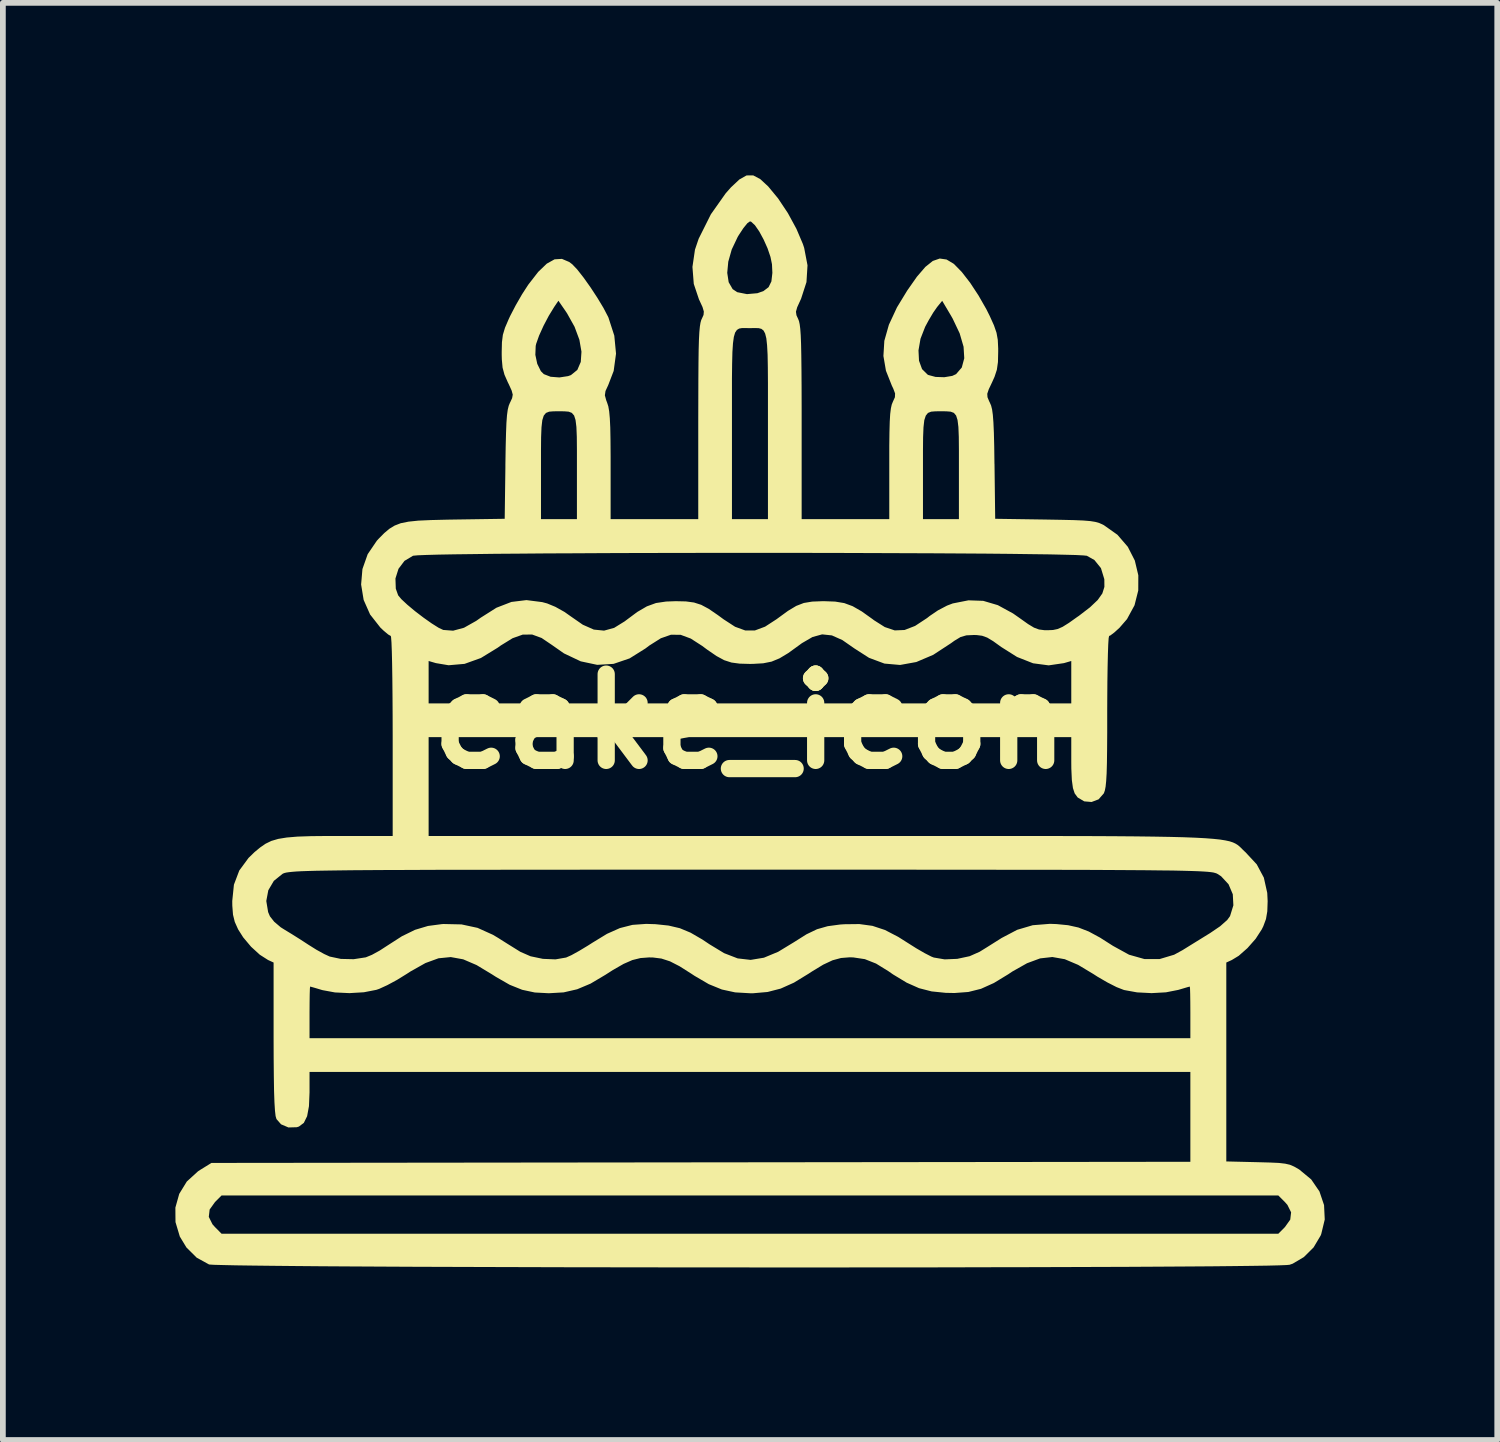
<source format=kicad_pcb>
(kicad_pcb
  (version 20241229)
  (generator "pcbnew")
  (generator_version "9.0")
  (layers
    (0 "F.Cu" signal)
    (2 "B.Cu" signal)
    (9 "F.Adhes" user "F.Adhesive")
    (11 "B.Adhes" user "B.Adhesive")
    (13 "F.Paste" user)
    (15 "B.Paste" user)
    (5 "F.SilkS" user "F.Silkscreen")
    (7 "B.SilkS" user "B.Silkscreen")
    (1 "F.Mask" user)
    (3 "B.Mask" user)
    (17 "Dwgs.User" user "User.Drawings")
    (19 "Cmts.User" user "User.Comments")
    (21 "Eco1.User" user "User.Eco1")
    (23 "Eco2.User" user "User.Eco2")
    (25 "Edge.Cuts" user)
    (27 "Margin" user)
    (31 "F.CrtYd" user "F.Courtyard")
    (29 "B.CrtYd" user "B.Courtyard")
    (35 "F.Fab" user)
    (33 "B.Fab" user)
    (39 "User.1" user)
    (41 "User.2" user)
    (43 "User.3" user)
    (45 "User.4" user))
  (footprint "cake_icon"
    (layer "F.Cu")
    (at 9.992 9.495)
    (property "Reference" "cake_icon" (at 0 0 0) (layer "F.SilkS") (effects (font (size 1.5 1.5) (thickness 0.3))))
    (attr board_only exclude_from_pos_files exclude_from_bom)
    (fp_poly (pts (xy 0.181 -9.429) (xy 0.317 -9.303) (xy 0.489 -9.095) (xy 0.659 -8.84) (xy 0.808 -8.566) (xy 0.92 -8.303) (xy 0.943 -8.234) (xy 1.001 -7.931) (xy 0.983 -7.639) (xy 0.889 -7.349) (xy 0.875 -7.319) (xy 0.821 -7.2) (xy 0.8 -7.124) (xy 0.809 -7.062) (xy 0.838 -6.999) (xy 0.853 -6.961) (xy 0.865 -6.905) (xy 0.875 -6.826) (xy 0.883 -6.715) (xy 0.889 -6.565) (xy 0.893 -6.369) (xy 0.896 -6.12) (xy 0.898 -5.812) (xy 0.899 -5.436) (xy 0.899 -5.199) (xy 0.899 -3.517) (xy 1.661 -3.517) (xy 2.423 -3.517) (xy 2.423 -4.414) (xy 3.009 -4.414) (xy 3.009 -3.517) (xy 3.322 -3.517) (xy 3.634 -3.517) (xy 3.634 -4.414) (xy 3.634 -4.716) (xy 3.632 -4.948) (xy 3.625 -5.12) (xy 3.61 -5.241) (xy 3.585 -5.319) (xy 3.546 -5.365) (xy 3.49 -5.386) (xy 3.415 -5.392) (xy 3.322 -5.393) (xy 3.225 -5.392) (xy 3.151 -5.386) (xy 3.096 -5.364) (xy 3.058 -5.317) (xy 3.032 -5.238) (xy 3.018 -5.115) (xy 3.011 -4.942) (xy 3.009 -4.708) (xy 3.009 -4.414) (xy 2.423 -4.414) (xy 2.423 -4.476) (xy 2.423 -4.786) (xy 2.426 -5.027) (xy 2.431 -5.211) (xy 2.439 -5.345) (xy 2.451 -5.442) (xy 2.466 -5.51) (xy 2.485 -5.557) (xy 2.521 -5.637) (xy 2.524 -5.703) (xy 2.492 -5.788) (xy 2.468 -5.838) (xy 2.365 -6.098) (xy 2.321 -6.355) (xy 2.327 -6.452) (xy 2.931 -6.452) (xy 2.94 -6.272) (xy 2.993 -6.126) (xy 3.089 -6.031) (xy 3.101 -6.024) (xy 3.228 -5.99) (xy 3.38 -5.985) (xy 3.518 -6.008) (xy 3.585 -6.039) (xy 3.684 -6.154) (xy 3.727 -6.315) (xy 3.715 -6.515) (xy 3.647 -6.748) (xy 3.525 -7.005) (xy 3.49 -7.066) (xy 3.343 -7.314) (xy 3.253 -7.203) (xy 3.187 -7.108) (xy 3.108 -6.975) (xy 3.047 -6.862) (xy 2.966 -6.654) (xy 2.931 -6.452) (xy 2.327 -6.452) (xy 2.337 -6.618) (xy 2.416 -6.897) (xy 2.557 -7.2) (xy 2.735 -7.492) (xy 2.903 -7.732) (xy 3.05 -7.903) (xy 3.18 -8.007) (xy 3.301 -8.049) (xy 3.419 -8.032) (xy 3.54 -7.96) (xy 3.554 -7.948) (xy 3.684 -7.815) (xy 3.829 -7.628) (xy 3.975 -7.406) (xy 4.111 -7.168) (xy 4.17 -7.05) (xy 4.244 -6.886) (xy 4.288 -6.758) (xy 4.31 -6.635) (xy 4.317 -6.485) (xy 4.317 -6.428) (xy 4.313 -6.249) (xy 4.294 -6.115) (xy 4.254 -5.993) (xy 4.211 -5.897) (xy 4.153 -5.775) (xy 4.127 -5.697) (xy 4.131 -5.637) (xy 4.16 -5.567) (xy 4.171 -5.545) (xy 4.194 -5.492) (xy 4.211 -5.424) (xy 4.224 -5.33) (xy 4.234 -5.199) (xy 4.242 -5.021) (xy 4.248 -4.787) (xy 4.252 -4.485) (xy 4.253 -4.468) (xy 4.265 -3.523) (xy 5.132 -3.51) (xy 5.417 -3.505) (xy 5.636 -3.5) (xy 5.799 -3.493) (xy 5.919 -3.483) (xy 6.006 -3.469) (xy 6.073 -3.45) (xy 6.13 -3.425) (xy 6.155 -3.412) (xy 6.391 -3.245) (xy 6.571 -3.036) (xy 6.693 -2.797) (xy 6.754 -2.54) (xy 6.753 -2.277) (xy 6.688 -2.019) (xy 6.557 -1.778) (xy 6.427 -1.628) (xy 6.338 -1.547) (xy 6.269 -1.495) (xy 6.246 -1.485) (xy 6.238 -1.447) (xy 6.231 -1.341) (xy 6.225 -1.174) (xy 6.22 -0.956) (xy 6.216 -0.696) (xy 6.214 -0.403) (xy 6.213 -0.174) (xy 6.213 0.193) (xy 6.211 0.489) (xy 6.208 0.723) (xy 6.203 0.904) (xy 6.195 1.038) (xy 6.185 1.135) (xy 6.172 1.202) (xy 6.156 1.247) (xy 6.154 1.252) (xy 6.063 1.356) (xy 5.941 1.402) (xy 5.813 1.391) (xy 5.7 1.324) (xy 5.647 1.252) (xy 5.617 1.16) (xy 5.598 1.021) (xy 5.589 0.821) (xy 5.588 0.705) (xy 5.588 0.274) (xy 0 0.274) (xy -5.588 0.274) (xy -5.588 1.133) (xy -5.588 1.993) (xy 1.244 1.993) (xy 2.115 1.993) (xy 2.913 1.993) (xy 3.639 1.993) (xy 4.297 1.993) (xy 4.891 1.993) (xy 5.424 1.994) (xy 5.9 1.995) (xy 6.322 1.997) (xy 6.694 2) (xy 7.018 2.004) (xy 7.299 2.009) (xy 7.54 2.015) (xy 7.745 2.023) (xy 7.916 2.032) (xy 8.058 2.043) (xy 8.174 2.055) (xy 8.267 2.07) (xy 8.341 2.086) (xy 8.399 2.105) (xy 8.444 2.126) (xy 8.481 2.149) (xy 8.513 2.175) (xy 8.543 2.203) (xy 8.574 2.235) (xy 8.61 2.269) (xy 8.616 2.274) (xy 8.813 2.486) (xy 8.937 2.718) (xy 8.996 2.983) (xy 9.003 3.126) (xy 8.997 3.304) (xy 8.974 3.438) (xy 8.928 3.562) (xy 8.901 3.617) (xy 8.794 3.782) (xy 8.652 3.943) (xy 8.5 4.077) (xy 8.38 4.15) (xy 8.284 4.194) (xy 8.284 5.923) (xy 8.284 7.653) (xy 8.825 7.666) (xy 9.042 7.672) (xy 9.198 7.679) (xy 9.309 7.692) (xy 9.391 7.711) (xy 9.463 7.742) (xy 9.54 7.786) (xy 9.557 7.797) (xy 9.76 7.965) (xy 9.904 8.175) (xy 9.984 8.412) (xy 9.996 8.663) (xy 9.935 8.916) (xy 9.924 8.943) (xy 9.802 9.148) (xy 9.633 9.316) (xy 9.439 9.431) (xy 9.384 9.45) (xy 9.328 9.455) (xy 9.198 9.46) (xy 8.999 9.465) (xy 8.734 9.469) (xy 8.408 9.473) (xy 8.024 9.477) (xy 7.588 9.48) (xy 7.103 9.483) (xy 6.574 9.486) (xy 6.004 9.488) (xy 5.398 9.49) (xy 4.759 9.492) (xy 4.093 9.493) (xy 3.403 9.495) (xy 2.694 9.496) (xy 1.969 9.496) (xy 1.234 9.497) (xy 0.491 9.497) (xy -0.255 9.496) (xy -0.999 9.496) (xy -1.738 9.495) (xy -2.467 9.494) (xy -3.182 9.493) (xy -3.879 9.491) (xy -4.554 9.489) (xy -5.202 9.487) (xy -5.82 9.485) (xy -6.403 9.482) (xy -6.947 9.479) (xy -7.448 9.476) (xy -7.902 9.472) (xy -8.304 9.468) (xy -8.651 9.464) (xy -8.937 9.46) (xy -9.16 9.455) (xy -9.315 9.451) (xy -9.397 9.446) (xy -9.408 9.444) (xy -9.621 9.327) (xy -9.8 9.149) (xy -9.915 8.959) (xy -9.99 8.708) (xy -9.991 8.617) (xy -9.411 8.617) (xy -9.347 8.746) (xy -9.303 8.795) (xy -9.189 8.91) (xy 0 8.91) (xy 9.189 8.91) (xy 9.303 8.795) (xy 9.396 8.665) (xy 9.411 8.538) (xy 9.347 8.409) (xy 9.303 8.359) (xy 9.189 8.245) (xy 0 8.245) (xy -9.189 8.245) (xy -9.303 8.359) (xy -9.396 8.489) (xy -9.411 8.617) (xy -9.991 8.617) (xy -9.992 8.456) (xy -9.925 8.217) (xy -9.793 8.002) (xy -9.599 7.825) (xy -9.556 7.797) (xy -9.365 7.679) (xy -0.853 7.669) (xy 7.659 7.659) (xy 7.659 6.877) (xy 7.659 6.096) (xy 0 6.096) (xy -7.659 6.096) (xy -7.659 6.45) (xy -7.669 6.692) (xy -7.701 6.866) (xy -7.758 6.982) (xy -7.843 7.046) (xy -7.88 7.058) (xy -8.026 7.062) (xy -8.155 7.007) (xy -8.234 6.916) (xy -8.249 6.865) (xy -8.26 6.771) (xy -8.269 6.628) (xy -8.276 6.43) (xy -8.28 6.171) (xy -8.283 5.845) (xy -8.284 5.506) (xy -8.284 5.06) (xy -7.659 5.06) (xy -7.659 5.51) (xy 0 5.51) (xy 7.659 5.51) (xy 7.659 5.06) (xy 7.658 4.884) (xy 7.656 4.74) (xy 7.653 4.644) (xy 7.649 4.612) (xy 7.61 4.622) (xy 7.519 4.649) (xy 7.448 4.67) (xy 7.235 4.712) (xy 6.985 4.726) (xy 6.732 4.713) (xy 6.512 4.673) (xy 6.498 4.669) (xy 6.375 4.621) (xy 6.216 4.54) (xy 6.047 4.442) (xy 5.974 4.395) (xy 5.708 4.235) (xy 5.475 4.136) (xy 5.259 4.098) (xy 5.046 4.122) (xy 4.819 4.206) (xy 4.562 4.351) (xy 4.492 4.398) (xy 4.242 4.55) (xy 4.018 4.651) (xy 3.798 4.706) (xy 3.557 4.724) (xy 3.404 4.721) (xy 3.159 4.696) (xy 2.941 4.64) (xy 2.725 4.544) (xy 2.489 4.401) (xy 2.407 4.344) (xy 2.193 4.212) (xy 1.998 4.135) (xy 1.797 4.105) (xy 1.735 4.103) (xy 1.584 4.115) (xy 1.436 4.155) (xy 1.274 4.231) (xy 1.078 4.35) (xy 1.02 4.388) (xy 0.765 4.544) (xy 0.535 4.647) (xy 0.307 4.706) (xy 0.057 4.728) (xy 0 4.728) (xy -0.258 4.713) (xy -0.488 4.663) (xy -0.716 4.57) (xy -0.964 4.425) (xy -1.02 4.388) (xy -1.225 4.258) (xy -1.391 4.173) (xy -1.539 4.125) (xy -1.688 4.106) (xy -1.755 4.105) (xy -1.903 4.116) (xy -2.045 4.151) (xy -2.198 4.218) (xy -2.383 4.324) (xy -2.516 4.409) (xy -2.772 4.561) (xy -3.005 4.659) (xy -3.24 4.713) (xy -3.497 4.728) (xy -3.742 4.715) (xy -3.961 4.668) (xy -4.178 4.581) (xy -4.415 4.445) (xy -4.487 4.399) (xy -4.754 4.238) (xy -4.987 4.138) (xy -5.203 4.099) (xy -5.416 4.12) (xy -5.643 4.203) (xy -5.898 4.346) (xy -5.974 4.395) (xy -6.139 4.497) (xy -6.306 4.587) (xy -6.448 4.652) (xy -6.498 4.669) (xy -6.714 4.711) (xy -6.966 4.726) (xy -7.217 4.714) (xy -7.434 4.674) (xy -7.448 4.67) (xy -7.558 4.637) (xy -7.632 4.616) (xy -7.649 4.612) (xy -7.653 4.648) (xy -7.656 4.747) (xy -7.658 4.893) (xy -7.659 5.06) (xy -8.284 5.06) (xy -8.284 4.194) (xy -8.38 4.15) (xy -8.524 4.058) (xy -8.676 3.919) (xy -8.813 3.756) (xy -8.901 3.617) (xy -8.959 3.488) (xy -8.99 3.362) (xy -9.002 3.206) (xy -9.003 3.126) (xy -9.003 3.124) (xy -8.411 3.124) (xy -8.379 3.317) (xy -8.348 3.39) (xy -8.274 3.484) (xy -8.16 3.581) (xy -8.098 3.62) (xy -7.965 3.701) (xy -7.806 3.801) (xy -7.679 3.884) (xy -7.54 3.971) (xy -7.404 4.046) (xy -7.308 4.09) (xy -7.114 4.131) (xy -6.892 4.136) (xy -6.683 4.104) (xy -6.679 4.103) (xy -6.574 4.06) (xy -6.439 3.986) (xy -6.308 3.901) (xy -6.053 3.737) (xy -5.824 3.625) (xy -5.6 3.558) (xy -5.359 3.526) (xy -5.33 3.524) (xy -5.016 3.531) (xy -4.737 3.591) (xy -4.469 3.712) (xy -4.377 3.767) (xy -4.23 3.86) (xy -4.079 3.954) (xy -3.994 4.007) (xy -3.816 4.085) (xy -3.601 4.13) (xy -3.382 4.139) (xy -3.197 4.107) (xy -3.105 4.066) (xy -2.971 3.992) (xy -2.817 3.899) (xy -2.737 3.848) (xy -2.486 3.695) (xy -2.262 3.595) (xy -2.043 3.539) (xy -1.806 3.522) (xy -1.643 3.527) (xy -1.415 3.551) (xy -1.219 3.597) (xy -1.032 3.675) (xy -0.827 3.794) (xy -0.703 3.877) (xy -0.449 4.031) (xy -0.214 4.122) (xy 0.012 4.148) (xy 0.243 4.11) (xy 0.491 4.007) (xy 0.769 3.838) (xy 0.772 3.836) (xy 0.983 3.703) (xy 1.166 3.615) (xy 1.352 3.562) (xy 1.567 3.533) (xy 1.643 3.528) (xy 1.903 3.525) (xy 2.13 3.556) (xy 2.348 3.628) (xy 2.579 3.748) (xy 2.737 3.848) (xy 2.892 3.946) (xy 3.039 4.031) (xy 3.156 4.091) (xy 3.197 4.107) (xy 3.386 4.139) (xy 3.605 4.13) (xy 3.82 4.084) (xy 3.994 4.007) (xy 4.123 3.927) (xy 4.277 3.83) (xy 4.377 3.767) (xy 4.647 3.625) (xy 4.918 3.545) (xy 5.216 3.521) (xy 5.33 3.525) (xy 5.533 3.545) (xy 5.713 3.585) (xy 5.891 3.654) (xy 6.087 3.76) (xy 6.313 3.904) (xy 6.593 4.058) (xy 6.862 4.134) (xy 7.123 4.134) (xy 7.377 4.058) (xy 7.522 3.979) (xy 7.654 3.897) (xy 7.819 3.795) (xy 7.984 3.693) (xy 8.002 3.682) (xy 8.177 3.563) (xy 8.3 3.454) (xy 8.349 3.387) (xy 8.407 3.199) (xy 8.397 3.007) (xy 8.323 2.833) (xy 8.193 2.693) (xy 8.129 2.652) (xy 8.111 2.643) (xy 8.088 2.636) (xy 8.058 2.628) (xy 8.016 2.622) (xy 7.96 2.616) (xy 7.887 2.611) (xy 7.793 2.606) (xy 7.675 2.602) (xy 7.53 2.598) (xy 7.354 2.594) (xy 7.145 2.592) (xy 6.899 2.589) (xy 6.613 2.587) (xy 6.284 2.585) (xy 5.908 2.583) (xy 5.483 2.582) (xy 5.005 2.581) (xy 4.472 2.581) (xy 3.878 2.58) (xy 3.223 2.58) (xy 2.502 2.579) (xy 1.712 2.579) (xy 0.85 2.579) (xy 0 2.579) (xy -0.93 2.579) (xy -1.786 2.579) (xy -2.569 2.579) (xy -3.284 2.58) (xy -3.934 2.58) (xy -4.522 2.581) (xy -5.051 2.581) (xy -5.524 2.582) (xy -5.944 2.584) (xy -6.315 2.585) (xy -6.64 2.587) (xy -6.922 2.589) (xy -7.165 2.592) (xy -7.371 2.595) (xy -7.544 2.598) (xy -7.686 2.602) (xy -7.802 2.606) (xy -7.894 2.611) (xy -7.966 2.617) (xy -8.021 2.623) (xy -8.061 2.629) (xy -8.091 2.636) (xy -8.113 2.644) (xy -8.129 2.652) (xy -8.28 2.774) (xy -8.376 2.937) (xy -8.411 3.124) (xy -9.003 3.124) (xy -8.974 2.84) (xy -8.881 2.594) (xy -8.72 2.375) (xy -8.616 2.274) (xy -8.518 2.193) (xy -8.424 2.128) (xy -8.323 2.079) (xy -8.204 2.044) (xy -8.057 2.02) (xy -7.87 2.004) (xy -7.632 1.996) (xy -7.333 1.993) (xy -7.144 1.993) (xy -6.213 1.993) (xy -6.213 0.254) (xy -6.214 -0.106) (xy -6.216 -0.441) (xy -6.219 -0.743) (xy -6.223 -1.004) (xy -6.224 -1.05) (xy -5.588 -1.05) (xy -5.588 -0.681) (xy -5.588 -0.313) (xy 0 -0.313) (xy 5.588 -0.313) (xy 5.588 -0.681) (xy 5.588 -1.05) (xy 5.461 -1.013) (xy 5.195 -0.974) (xy 4.924 -1.01) (xy 4.645 -1.12) (xy 4.371 -1.293) (xy 4.229 -1.395) (xy 4.126 -1.457) (xy 4.037 -1.489) (xy 3.943 -1.501) (xy 3.891 -1.502) (xy 3.764 -1.496) (xy 3.663 -1.467) (xy 3.554 -1.401) (xy 3.496 -1.359) (xy 3.187 -1.157) (xy 2.893 -1.032) (xy 2.611 -0.981) (xy 2.339 -1.005) (xy 2.071 -1.105) (xy 1.817 -1.268) (xy 1.607 -1.414) (xy 1.425 -1.495) (xy 1.256 -1.513) (xy 1.088 -1.467) (xy 0.904 -1.36) (xy 0.856 -1.325) (xy 0.667 -1.188) (xy 0.514 -1.096) (xy 0.376 -1.039) (xy 0.231 -1.01) (xy 0.057 -1) (xy 0 -0.999) (xy -0.179 -1.004) (xy -0.321 -1.023) (xy -0.448 -1.064) (xy -0.581 -1.136) (xy -0.743 -1.247) (xy -0.832 -1.313) (xy -1.029 -1.44) (xy -1.204 -1.505) (xy -1.373 -1.507) (xy -1.55 -1.445) (xy -1.751 -1.318) (xy -1.817 -1.268) (xy -2.093 -1.095) (xy -2.372 -1) (xy -2.656 -0.983) (xy -2.943 -1.044) (xy -3.234 -1.182) (xy -3.444 -1.329) (xy -3.623 -1.45) (xy -3.787 -1.51) (xy -3.951 -1.509) (xy -4.128 -1.446) (xy -4.334 -1.319) (xy -4.387 -1.281) (xy -4.679 -1.102) (xy -4.963 -1) (xy -5.241 -0.976) (xy -5.461 -1.013) (xy -5.588 -1.05) (xy -6.224 -1.05) (xy -6.228 -1.216) (xy -6.234 -1.372) (xy -6.241 -1.463) (xy -6.246 -1.485) (xy -6.29 -1.51) (xy -6.368 -1.575) (xy -6.427 -1.631) (xy -6.606 -1.859) (xy -6.718 -2.112) (xy -6.762 -2.38) (xy -6.753 -2.485) (xy -6.165 -2.485) (xy -6.159 -2.308) (xy -6.118 -2.192) (xy -6.062 -2.125) (xy -5.959 -2.029) (xy -5.825 -1.917) (xy -5.677 -1.804) (xy -5.534 -1.703) (xy -5.413 -1.627) (xy -5.334 -1.59) (xy -5.162 -1.577) (xy -4.973 -1.628) (xy -4.76 -1.748) (xy -4.682 -1.803) (xy -4.409 -1.976) (xy -4.148 -2.077) (xy -3.887 -2.109) (xy -3.613 -2.074) (xy -3.527 -2.051) (xy -3.384 -1.992) (xy -3.225 -1.903) (xy -3.126 -1.833) (xy -2.907 -1.681) (xy -2.715 -1.596) (xy -2.537 -1.578) (xy -2.362 -1.626) (xy -2.179 -1.739) (xy -2.154 -1.758) (xy -1.959 -1.903) (xy -1.793 -2) (xy -1.634 -2.058) (xy -1.458 -2.084) (xy -1.29 -2.09) (xy -1.113 -2.086) (xy -0.973 -2.067) (xy -0.848 -2.027) (xy -0.717 -1.957) (xy -0.558 -1.848) (xy -0.457 -1.774) (xy -0.258 -1.645) (xy -0.082 -1.581) (xy 0.086 -1.581) (xy 0.263 -1.647) (xy 0.465 -1.778) (xy 0.485 -1.793) (xy 0.662 -1.922) (xy 0.805 -2.008) (xy 0.937 -2.059) (xy 1.083 -2.083) (xy 1.265 -2.09) (xy 1.29 -2.09) (xy 1.482 -2.083) (xy 1.64 -2.057) (xy 1.786 -2.003) (xy 1.943 -1.913) (xy 2.131 -1.779) (xy 2.157 -1.759) (xy 2.345 -1.64) (xy 2.518 -1.582) (xy 2.689 -1.589) (xy 2.872 -1.66) (xy 3.079 -1.796) (xy 3.126 -1.833) (xy 3.269 -1.93) (xy 3.427 -2.013) (xy 3.527 -2.051) (xy 3.8 -2.105) (xy 4.057 -2.096) (xy 4.311 -2.021) (xy 4.575 -1.877) (xy 4.695 -1.793) (xy 4.837 -1.692) (xy 4.94 -1.63) (xy 5.026 -1.598) (xy 5.119 -1.586) (xy 5.176 -1.585) (xy 5.27 -1.589) (xy 5.351 -1.606) (xy 5.437 -1.644) (xy 5.546 -1.712) (xy 5.695 -1.818) (xy 5.719 -1.834) (xy 5.914 -1.984) (xy 6.047 -2.11) (xy 6.128 -2.224) (xy 6.164 -2.338) (xy 6.163 -2.464) (xy 6.162 -2.475) (xy 6.104 -2.665) (xy 5.99 -2.806) (xy 5.858 -2.88) (xy 5.8 -2.886) (xy 5.669 -2.893) (xy 5.471 -2.898) (xy 5.211 -2.904) (xy 4.894 -2.908) (xy 4.525 -2.913) (xy 4.111 -2.917) (xy 3.655 -2.92) (xy 3.164 -2.923) (xy 2.644 -2.925) (xy 2.098 -2.927) (xy 1.533 -2.929) (xy 0.954 -2.93) (xy 0.367 -2.93) (xy -0.224 -2.93) (xy -0.813 -2.93) (xy -1.394 -2.929) (xy -1.963 -2.928) (xy -2.514 -2.926) (xy -3.041 -2.923) (xy -3.54 -2.921) (xy -4.004 -2.917) (xy -4.43 -2.914) (xy -4.81 -2.909) (xy -5.14 -2.905) (xy -5.415 -2.9) (xy -5.629 -2.894) (xy -5.777 -2.888) (xy -5.853 -2.881) (xy -5.86 -2.88) (xy -6.008 -2.791) (xy -6.112 -2.653) (xy -6.165 -2.485) (xy -6.753 -2.485) (xy -6.739 -2.649) (xy -6.648 -2.907) (xy -6.489 -3.141) (xy -6.455 -3.178) (xy -6.359 -3.275) (xy -6.271 -3.349) (xy -6.179 -3.405) (xy -6.073 -3.446) (xy -5.939 -3.473) (xy -5.767 -3.491) (xy -5.544 -3.501) (xy -5.259 -3.508) (xy -5.132 -3.51) (xy -4.265 -3.523) (xy -4.253 -4.414) (xy -3.634 -4.414) (xy -3.634 -3.517) (xy -3.322 -3.517) (xy -3.009 -3.517) (xy -3.009 -4.414) (xy -3.009 -4.716) (xy -3.011 -4.948) (xy -3.018 -5.12) (xy -3.033 -5.241) (xy -3.058 -5.319) (xy -3.098 -5.365) (xy -3.153 -5.386) (xy -3.228 -5.392) (xy -3.322 -5.393) (xy -3.418 -5.392) (xy -3.492 -5.386) (xy -3.547 -5.364) (xy -3.586 -5.317) (xy -3.611 -5.238) (xy -3.625 -5.115) (xy -3.632 -4.942) (xy -3.634 -4.708) (xy -3.634 -4.414) (xy -4.253 -4.414) (xy -4.253 -4.468) (xy -4.248 -4.773) (xy -4.242 -5.011) (xy -4.235 -5.191) (xy -4.225 -5.324) (xy -4.212 -5.42) (xy -4.195 -5.489) (xy -4.173 -5.543) (xy -4.171 -5.545) (xy -4.136 -5.621) (xy -4.125 -5.682) (xy -4.144 -5.753) (xy -4.193 -5.861) (xy -4.211 -5.897) (xy -4.269 -6.029) (xy -4.302 -6.152) (xy -4.315 -6.296) (xy -4.317 -6.374) (xy -3.732 -6.374) (xy -3.699 -6.218) (xy -3.636 -6.09) (xy -3.585 -6.039) (xy -3.467 -5.993) (xy -3.314 -5.981) (xy -3.163 -6.004) (xy -3.113 -6.022) (xy -3.002 -6.112) (xy -2.942 -6.251) (xy -2.93 -6.429) (xy -2.966 -6.636) (xy -3.05 -6.862) (xy -3.18 -7.095) (xy -3.208 -7.137) (xy -3.331 -7.315) (xy -3.406 -7.204) (xy -3.499 -7.052) (xy -3.59 -6.879) (xy -3.667 -6.709) (xy -3.717 -6.568) (xy -3.726 -6.53) (xy -3.732 -6.374) (xy -4.317 -6.374) (xy -4.317 -6.428) (xy -4.313 -6.594) (xy -4.297 -6.722) (xy -4.26 -6.845) (xy -4.196 -6.994) (xy -4.17 -7.05) (xy -4.075 -7.233) (xy -3.964 -7.426) (xy -3.858 -7.59) (xy -3.849 -7.602) (xy -3.682 -7.817) (xy -3.533 -7.96) (xy -3.398 -8.035) (xy -3.27 -8.043) (xy -3.143 -7.989) (xy -3.09 -7.949) (xy -3.005 -7.86) (xy -2.895 -7.72) (xy -2.774 -7.55) (xy -2.654 -7.367) (xy -2.548 -7.191) (xy -2.469 -7.04) (xy -2.461 -7.023) (xy -2.359 -6.708) (xy -2.329 -6.395) (xy -2.37 -6.094) (xy -2.465 -5.847) (xy -2.512 -5.745) (xy -2.523 -5.67) (xy -2.499 -5.582) (xy -2.484 -5.543) (xy -2.463 -5.478) (xy -2.448 -5.391) (xy -2.437 -5.271) (xy -2.429 -5.108) (xy -2.425 -4.892) (xy -2.423 -4.613) (xy -2.423 -4.454) (xy -2.423 -3.517) (xy -1.661 -3.517) (xy -0.899 -3.517) (xy -0.899 -5.199) (xy -0.898 -5.615) (xy -0.898 -5.642) (xy -0.313 -5.642) (xy -0.313 -5.252) (xy -0.313 -5.137) (xy -0.313 -3.517) (xy 0 -3.517) (xy 0.313 -3.517) (xy 0.313 -5.137) (xy 0.313 -5.547) (xy 0.313 -5.885) (xy 0.311 -6.159) (xy 0.307 -6.375) (xy 0.298 -6.54) (xy 0.285 -6.661) (xy 0.264 -6.745) (xy 0.236 -6.797) (xy 0.199 -6.826) (xy 0.152 -6.838) (xy 0.093 -6.84) (xy 0.021 -6.839) (xy 0 -6.838) (xy -0.075 -6.84) (xy -0.137 -6.84) (xy -0.188 -6.831) (xy -0.227 -6.807) (xy -0.258 -6.761) (xy -0.28 -6.686) (xy -0.295 -6.576) (xy -0.305 -6.423) (xy -0.31 -6.221) (xy -0.313 -5.963) (xy -0.313 -5.642) (xy -0.898 -5.642) (xy -0.897 -5.959) (xy -0.895 -6.24) (xy -0.892 -6.464) (xy -0.887 -6.638) (xy -0.88 -6.769) (xy -0.871 -6.865) (xy -0.86 -6.933) (xy -0.847 -6.98) (xy -0.838 -6.999) (xy -0.807 -7.068) (xy -0.802 -7.128) (xy -0.825 -7.206) (xy -0.88 -7.325) (xy -0.886 -7.337) (xy -0.977 -7.608) (xy -0.992 -7.8) (xy -0.395 -7.8) (xy -0.37 -7.637) (xy -0.301 -7.517) (xy -0.222 -7.464) (xy -0.052 -7.43) (xy 0.13 -7.446) (xy 0.236 -7.484) (xy 0.324 -7.551) (xy 0.373 -7.651) (xy 0.39 -7.799) (xy 0.383 -7.95) (xy 0.357 -8.077) (xy 0.306 -8.227) (xy 0.237 -8.381) (xy 0.161 -8.521) (xy 0.086 -8.629) (xy 0.021 -8.689) (xy 0 -8.695) (xy -0.045 -8.663) (xy -0.114 -8.578) (xy -0.193 -8.458) (xy -0.213 -8.425) (xy -0.317 -8.206) (xy -0.377 -7.994) (xy -0.395 -7.8) (xy -0.992 -7.8) (xy -1 -7.903) (xy -0.956 -8.204) (xy -0.892 -8.393) (xy -0.679 -8.819) (xy -0.422 -9.183) (xy -0.331 -9.286) (xy -0.184 -9.424) (xy -0.06 -9.494) (xy 0.057 -9.495)) (stroke (width 0) (type solid)) (fill yes) (layer "F.SilkS")))
  (gr_rect
    (start -3 -3)
    (end 22.988 21.992)
    (stroke (width 0.1) (type default))
    (fill no)
    (layer "Edge.Cuts")))
</source>
